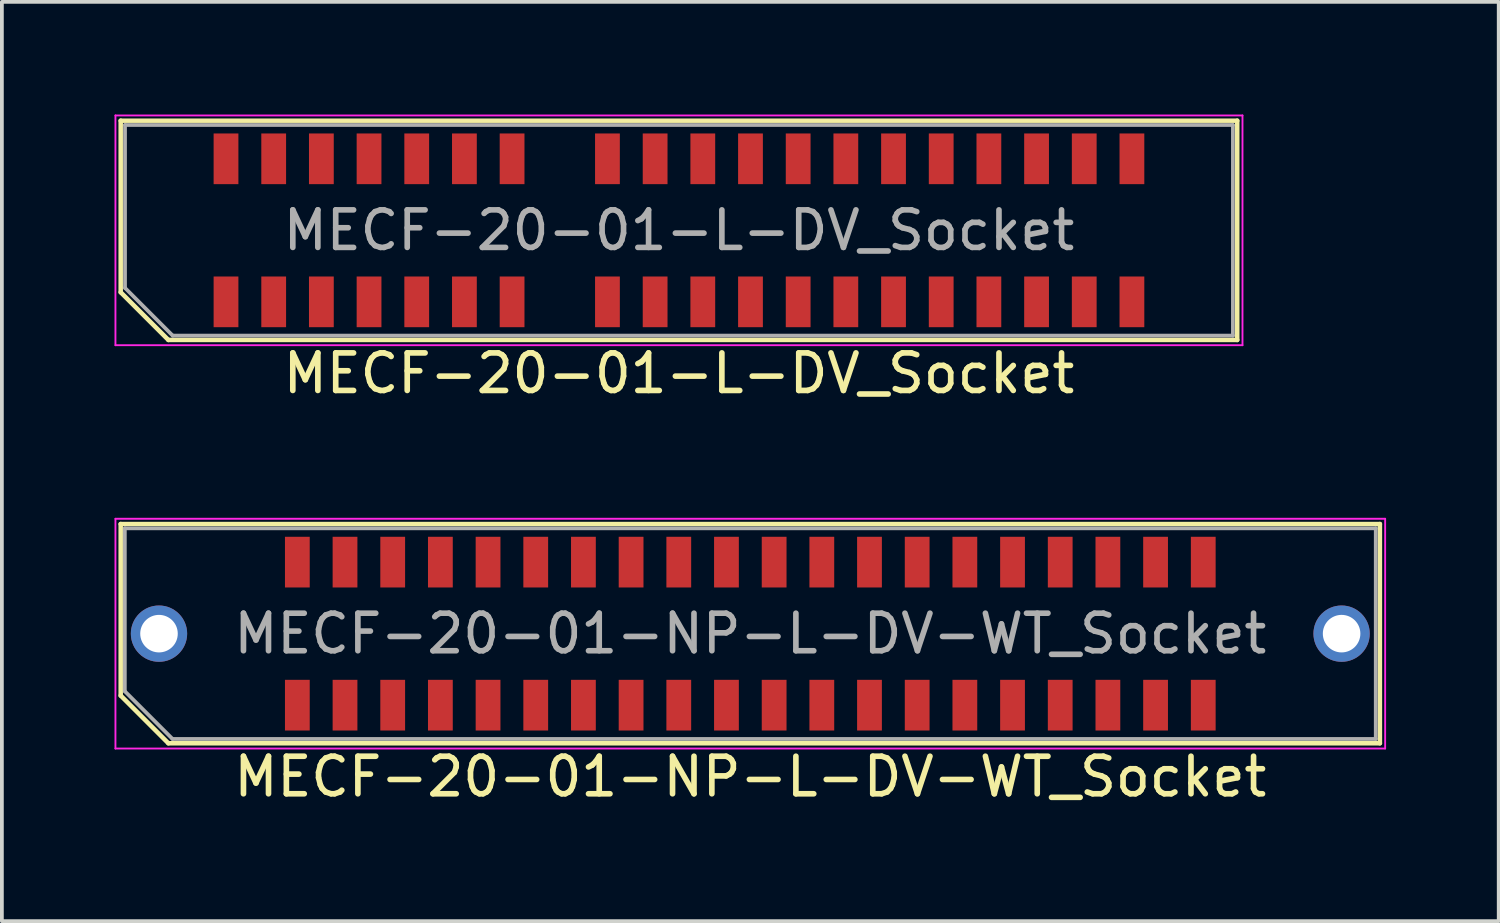
<source format=kicad_pcb>
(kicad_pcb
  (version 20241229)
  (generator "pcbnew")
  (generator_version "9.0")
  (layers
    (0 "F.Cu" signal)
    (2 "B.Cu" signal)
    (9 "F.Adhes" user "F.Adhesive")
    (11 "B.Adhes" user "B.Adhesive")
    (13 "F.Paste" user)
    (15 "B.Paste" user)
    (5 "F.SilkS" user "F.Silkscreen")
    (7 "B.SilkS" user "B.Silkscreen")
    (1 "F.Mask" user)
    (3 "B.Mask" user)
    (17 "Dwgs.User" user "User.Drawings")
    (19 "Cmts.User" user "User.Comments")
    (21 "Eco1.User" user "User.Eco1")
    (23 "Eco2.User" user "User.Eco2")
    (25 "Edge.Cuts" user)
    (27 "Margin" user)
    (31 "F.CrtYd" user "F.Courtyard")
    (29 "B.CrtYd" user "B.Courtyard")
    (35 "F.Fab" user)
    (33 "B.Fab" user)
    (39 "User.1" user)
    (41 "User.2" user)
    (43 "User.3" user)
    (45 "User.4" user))
  (footprint "MECF-20-01-L-DV_Socket"
    (layer "F.Cu")
    (at 15.035 3.085)
    (property "Reference" "MECF-20-01-L-DV_Socket" (at 0 3.81 0) (layer "F.SilkS") (effects (font (size 1 1) (thickness 0.15))))
    (attr smd)
    (fp_line (start -14.87 -2.92) (end 14.87 -2.92) (stroke (width 0.12) (type solid)) (layer "F.SilkS"))
    (fp_line (start -14.87 1.65) (end -14.87 -2.92) (stroke (width 0.12) (type solid)) (layer "F.SilkS"))
    (fp_line (start -13.6 2.92) (end -14.87 1.65) (stroke (width 0.12) (type solid)) (layer "F.SilkS"))
    (fp_line (start -13.6 2.92) (end 14.87 2.92) (stroke (width 0.12) (type solid)) (layer "F.SilkS"))
    (fp_line (start 14.87 2.92) (end 14.87 -2.92) (stroke (width 0.12) (type solid)) (layer "F.SilkS"))
    (fp_line (start -15.01 -3.06) (end -15.01 3.06) (stroke (width 0.05) (type solid)) (layer "F.CrtYd"))
    (fp_line (start -15.01 3.06) (end 15.01 3.06) (stroke (width 0.05) (type solid)) (layer "F.CrtYd"))
    (fp_line (start 15.01 -3.06) (end -15.01 -3.06) (stroke (width 0.05) (type solid)) (layer "F.CrtYd"))
    (fp_line (start 15.01 3.06) (end 15.01 -3.06) (stroke (width 0.05) (type solid)) (layer "F.CrtYd"))
    (fp_line (start -14.755 -2.805) (end 14.755 -2.805) (stroke (width 0.1) (type solid)) (layer "F.Fab"))
    (fp_line (start -14.755 1.535) (end -14.755 -2.805) (stroke (width 0.1) (type solid)) (layer "F.Fab"))
    (fp_line (start -14.755 1.535) (end -13.485 2.805) (stroke (width 0.1) (type solid)) (layer "F.Fab"))
    (fp_line (start -13.485 2.805) (end 14.755 2.805) (stroke (width 0.1) (type solid)) (layer "F.Fab"))
    (fp_line (start 14.755 2.805) (end 14.755 -2.805) (stroke (width 0.1) (type solid)) (layer "F.Fab"))
    (fp_text user "${REFERENCE}" (at 0 0 0) (layer "F.Fab") (effects (font (size 1 1) (thickness 0.15))))
    (pad "" np_thru_hole circle (at -13.845 0) (size 0.001 0.001) (drill 1.45) (layers "*.Cu" "*.Mask"))
    (pad "" np_thru_hole circle (at 13.845 1) (size 0.001 0.001) (drill 1.45) (layers "*.Cu" "*.Mask"))
    (pad "1" smd rect (at -12.065 1.905) (size 0.66 1.35) (layers "F.Cu" "F.Mask" "F.Paste"))
    (pad "2" smd rect (at -12.065 -1.905) (size 0.66 1.35) (layers "F.Cu" "F.Mask" "F.Paste"))
    (pad "3" smd rect (at -10.795 1.905) (size 0.66 1.35) (layers "F.Cu" "F.Mask" "F.Paste"))
    (pad "4" smd rect (at -10.795 -1.905) (size 0.66 1.35) (layers "F.Cu" "F.Mask" "F.Paste"))
    (pad "5" smd rect (at -9.525 1.905) (size 0.66 1.35) (layers "F.Cu" "F.Mask" "F.Paste"))
    (pad "6" smd rect (at -9.525 -1.905) (size 0.66 1.35) (layers "F.Cu" "F.Mask" "F.Paste"))
    (pad "7" smd rect (at -8.255 1.905) (size 0.66 1.35) (layers "F.Cu" "F.Mask" "F.Paste"))
    (pad "8" smd rect (at -8.255 -1.905) (size 0.66 1.35) (layers "F.Cu" "F.Mask" "F.Paste"))
    (pad "9" smd rect (at -6.985 1.905) (size 0.66 1.35) (layers "F.Cu" "F.Mask" "F.Paste"))
    (pad "10" smd rect (at -6.985 -1.905) (size 0.66 1.35) (layers "F.Cu" "F.Mask" "F.Paste"))
    (pad "11" smd rect (at -5.715 1.905) (size 0.66 1.35) (layers "F.Cu" "F.Mask" "F.Paste"))
    (pad "12" smd rect (at -5.715 -1.905) (size 0.66 1.35) (layers "F.Cu" "F.Mask" "F.Paste"))
    (pad "13" smd rect (at -4.445 1.905) (size 0.66 1.35) (layers "F.Cu" "F.Mask" "F.Paste"))
    (pad "14" smd rect (at -4.445 -1.905) (size 0.66 1.35) (layers "F.Cu" "F.Mask" "F.Paste"))
    (pad "17" smd rect (at -1.905 1.905) (size 0.66 1.35) (layers "F.Cu" "F.Mask" "F.Paste"))
    (pad "18" smd rect (at -1.905 -1.905) (size 0.66 1.35) (layers "F.Cu" "F.Mask" "F.Paste"))
    (pad "19" smd rect (at -0.635 1.905) (size 0.66 1.35) (layers "F.Cu" "F.Mask" "F.Paste"))
    (pad "20" smd rect (at -0.635 -1.905) (size 0.66 1.35) (layers "F.Cu" "F.Mask" "F.Paste"))
    (pad "21" smd rect (at 0.635 1.905) (size 0.66 1.35) (layers "F.Cu" "F.Mask" "F.Paste"))
    (pad "22" smd rect (at 0.635 -1.905) (size 0.66 1.35) (layers "F.Cu" "F.Mask" "F.Paste"))
    (pad "23" smd rect (at 1.905 1.905) (size 0.66 1.35) (layers "F.Cu" "F.Mask" "F.Paste"))
    (pad "24" smd rect (at 1.905 -1.905) (size 0.66 1.35) (layers "F.Cu" "F.Mask" "F.Paste"))
    (pad "25" smd rect (at 3.175 1.905) (size 0.66 1.35) (layers "F.Cu" "F.Mask" "F.Paste"))
    (pad "26" smd rect (at 3.175 -1.905) (size 0.66 1.35) (layers "F.Cu" "F.Mask" "F.Paste"))
    (pad "27" smd rect (at 4.445 1.905) (size 0.66 1.35) (layers "F.Cu" "F.Mask" "F.Paste"))
    (pad "28" smd rect (at 4.445 -1.905) (size 0.66 1.35) (layers "F.Cu" "F.Mask" "F.Paste"))
    (pad "29" smd rect (at 5.715 1.905) (size 0.66 1.35) (layers "F.Cu" "F.Mask" "F.Paste"))
    (pad "30" smd rect (at 5.715 -1.905) (size 0.66 1.35) (layers "F.Cu" "F.Mask" "F.Paste"))
    (pad "31" smd rect (at 6.985 1.905) (size 0.66 1.35) (layers "F.Cu" "F.Mask" "F.Paste"))
    (pad "32" smd rect (at 6.985 -1.905) (size 0.66 1.35) (layers "F.Cu" "F.Mask" "F.Paste"))
    (pad "33" smd rect (at 8.255 1.905) (size 0.66 1.35) (layers "F.Cu" "F.Mask" "F.Paste"))
    (pad "34" smd rect (at 8.255 -1.905) (size 0.66 1.35) (layers "F.Cu" "F.Mask" "F.Paste"))
    (pad "35" smd rect (at 9.525 1.905) (size 0.66 1.35) (layers "F.Cu" "F.Mask" "F.Paste"))
    (pad "36" smd rect (at 9.525 -1.905) (size 0.66 1.35) (layers "F.Cu" "F.Mask" "F.Paste"))
    (pad "37" smd rect (at 10.795 1.905) (size 0.66 1.35) (layers "F.Cu" "F.Mask" "F.Paste"))
    (pad "38" smd rect (at 10.795 -1.905) (size 0.66 1.35) (layers "F.Cu" "F.Mask" "F.Paste"))
    (pad "39" smd rect (at 12.065 1.905) (size 0.66 1.35) (layers "F.Cu" "F.Mask" "F.Paste"))
    (pad "40" smd rect (at 12.065 -1.905) (size 0.66 1.35) (layers "F.Cu" "F.Mask" "F.Paste")))
  (footprint "MECF-20-01-NP-L-DV-WT_Socket"
    (layer "F.Cu")
    (at 16.935 13.828)
    (property "Reference" "MECF-20-01-NP-L-DV-WT_Socket" (at 0 3.81 0) (layer "F.SilkS") (effects (font (size 1 1) (thickness 0.15))))
    (attr smd)
    (fp_line (start -16.77 -2.92) (end 16.77 -2.92) (stroke (width 0.12) (type solid)) (layer "F.SilkS"))
    (fp_line (start -16.77 1.65) (end -16.77 -2.92) (stroke (width 0.12) (type solid)) (layer "F.SilkS"))
    (fp_line (start -15.5 2.92) (end -16.77 1.65) (stroke (width 0.12) (type solid)) (layer "F.SilkS"))
    (fp_line (start -15.5 2.92) (end 16.77 2.92) (stroke (width 0.12) (type solid)) (layer "F.SilkS"))
    (fp_line (start 16.77 2.92) (end 16.77 -2.92) (stroke (width 0.12) (type solid)) (layer "F.SilkS"))
    (fp_line (start -16.91 -3.06) (end -16.91 3.06) (stroke (width 0.05) (type solid)) (layer "F.CrtYd"))
    (fp_line (start -16.91 3.06) (end 16.91 3.06) (stroke (width 0.05) (type solid)) (layer "F.CrtYd"))
    (fp_line (start 16.91 -3.06) (end -16.91 -3.06) (stroke (width 0.05) (type solid)) (layer "F.CrtYd"))
    (fp_line (start 16.91 3.06) (end 16.91 -3.06) (stroke (width 0.05) (type solid)) (layer "F.CrtYd"))
    (fp_line (start -16.66 -2.805) (end 16.66 -2.805) (stroke (width 0.1) (type solid)) (layer "F.Fab"))
    (fp_line (start -16.66 1.535) (end -16.66 -2.805) (stroke (width 0.1) (type solid)) (layer "F.Fab"))
    (fp_line (start -16.66 1.535) (end -15.39 2.805) (stroke (width 0.1) (type solid)) (layer "F.Fab"))
    (fp_line (start -15.39 2.805) (end 16.66 2.805) (stroke (width 0.1) (type solid)) (layer "F.Fab"))
    (fp_line (start 16.66 2.805) (end 16.66 -2.805) (stroke (width 0.1) (type solid)) (layer "F.Fab"))
    (fp_text user "${REFERENCE}" (at 0 0 0) (layer "F.Fab") (effects (font (size 1 1) (thickness 0.15))))
    (pad "" thru_hole circle (at -15.75 0) (size 1.5 1.5) (drill 1) (layers "*.Cu" "*.Mask"))
    (pad "" np_thru_hole circle (at -13.845 0) (size 0.001 0.001) (drill 1.45) (layers "*.Cu" "*.Mask"))
    (pad "" np_thru_hole circle (at 13.845 1) (size 0.001 0.001) (drill 1.45) (layers "*.Cu" "*.Mask"))
    (pad "" thru_hole circle (at 15.75 0) (size 1.5 1.5) (drill 1) (layers "*.Cu" "*.Mask"))
    (pad "1" smd rect (at -12.065 1.905) (size 0.66 1.35) (layers "F.Cu" "F.Mask" "F.Paste"))
    (pad "2" smd rect (at -12.065 -1.905) (size 0.66 1.35) (layers "F.Cu" "F.Mask" "F.Paste"))
    (pad "3" smd rect (at -10.795 1.905) (size 0.66 1.35) (layers "F.Cu" "F.Mask" "F.Paste"))
    (pad "4" smd rect (at -10.795 -1.905) (size 0.66 1.35) (layers "F.Cu" "F.Mask" "F.Paste"))
    (pad "5" smd rect (at -9.525 1.905) (size 0.66 1.35) (layers "F.Cu" "F.Mask" "F.Paste"))
    (pad "6" smd rect (at -9.525 -1.905) (size 0.66 1.35) (layers "F.Cu" "F.Mask" "F.Paste"))
    (pad "7" smd rect (at -8.255 1.905) (size 0.66 1.35) (layers "F.Cu" "F.Mask" "F.Paste"))
    (pad "8" smd rect (at -8.255 -1.905) (size 0.66 1.35) (layers "F.Cu" "F.Mask" "F.Paste"))
    (pad "9" smd rect (at -6.985 1.905) (size 0.66 1.35) (layers "F.Cu" "F.Mask" "F.Paste"))
    (pad "10" smd rect (at -6.985 -1.905) (size 0.66 1.35) (layers "F.Cu" "F.Mask" "F.Paste"))
    (pad "11" smd rect (at -5.715 1.905) (size 0.66 1.35) (layers "F.Cu" "F.Mask" "F.Paste"))
    (pad "12" smd rect (at -5.715 -1.905) (size 0.66 1.35) (layers "F.Cu" "F.Mask" "F.Paste"))
    (pad "13" smd rect (at -4.445 1.905) (size 0.66 1.35) (layers "F.Cu" "F.Mask" "F.Paste"))
    (pad "14" smd rect (at -4.445 -1.905) (size 0.66 1.35) (layers "F.Cu" "F.Mask" "F.Paste"))
    (pad "15" smd rect (at -3.175 1.905) (size 0.66 1.35) (layers "F.Cu" "F.Mask" "F.Paste"))
    (pad "16" smd rect (at -3.175 -1.905) (size 0.66 1.35) (layers "F.Cu" "F.Mask" "F.Paste"))
    (pad "17" smd rect (at -1.905 1.905) (size 0.66 1.35) (layers "F.Cu" "F.Mask" "F.Paste"))
    (pad "18" smd rect (at -1.905 -1.905) (size 0.66 1.35) (layers "F.Cu" "F.Mask" "F.Paste"))
    (pad "19" smd rect (at -0.635 1.905) (size 0.66 1.35) (layers "F.Cu" "F.Mask" "F.Paste"))
    (pad "20" smd rect (at -0.635 -1.905) (size 0.66 1.35) (layers "F.Cu" "F.Mask" "F.Paste"))
    (pad "21" smd rect (at 0.635 1.905) (size 0.66 1.35) (layers "F.Cu" "F.Mask" "F.Paste"))
    (pad "22" smd rect (at 0.635 -1.905) (size 0.66 1.35) (layers "F.Cu" "F.Mask" "F.Paste"))
    (pad "23" smd rect (at 1.905 1.905) (size 0.66 1.35) (layers "F.Cu" "F.Mask" "F.Paste"))
    (pad "24" smd rect (at 1.905 -1.905) (size 0.66 1.35) (layers "F.Cu" "F.Mask" "F.Paste"))
    (pad "25" smd rect (at 3.175 1.905) (size 0.66 1.35) (layers "F.Cu" "F.Mask" "F.Paste"))
    (pad "26" smd rect (at 3.175 -1.905) (size 0.66 1.35) (layers "F.Cu" "F.Mask" "F.Paste"))
    (pad "27" smd rect (at 4.445 1.905) (size 0.66 1.35) (layers "F.Cu" "F.Mask" "F.Paste"))
    (pad "28" smd rect (at 4.445 -1.905) (size 0.66 1.35) (layers "F.Cu" "F.Mask" "F.Paste"))
    (pad "29" smd rect (at 5.715 1.905) (size 0.66 1.35) (layers "F.Cu" "F.Mask" "F.Paste"))
    (pad "30" smd rect (at 5.715 -1.905) (size 0.66 1.35) (layers "F.Cu" "F.Mask" "F.Paste"))
    (pad "31" smd rect (at 6.985 1.905) (size 0.66 1.35) (layers "F.Cu" "F.Mask" "F.Paste"))
    (pad "32" smd rect (at 6.985 -1.905) (size 0.66 1.35) (layers "F.Cu" "F.Mask" "F.Paste"))
    (pad "33" smd rect (at 8.255 1.905) (size 0.66 1.35) (layers "F.Cu" "F.Mask" "F.Paste"))
    (pad "34" smd rect (at 8.255 -1.905) (size 0.66 1.35) (layers "F.Cu" "F.Mask" "F.Paste"))
    (pad "35" smd rect (at 9.525 1.905) (size 0.66 1.35) (layers "F.Cu" "F.Mask" "F.Paste"))
    (pad "36" smd rect (at 9.525 -1.905) (size 0.66 1.35) (layers "F.Cu" "F.Mask" "F.Paste"))
    (pad "37" smd rect (at 10.795 1.905) (size 0.66 1.35) (layers "F.Cu" "F.Mask" "F.Paste"))
    (pad "38" smd rect (at 10.795 -1.905) (size 0.66 1.35) (layers "F.Cu" "F.Mask" "F.Paste"))
    (pad "39" smd rect (at 12.065 1.905) (size 0.66 1.35) (layers "F.Cu" "F.Mask" "F.Paste"))
    (pad "40" smd rect (at 12.065 -1.905) (size 0.66 1.35) (layers "F.Cu" "F.Mask" "F.Paste")))
  (gr_rect
    (start -3 -3)
    (end 36.87 21.486)
    (stroke (width 0.1) (type default))
    (fill no)
    (layer "Edge.Cuts")))
</source>
